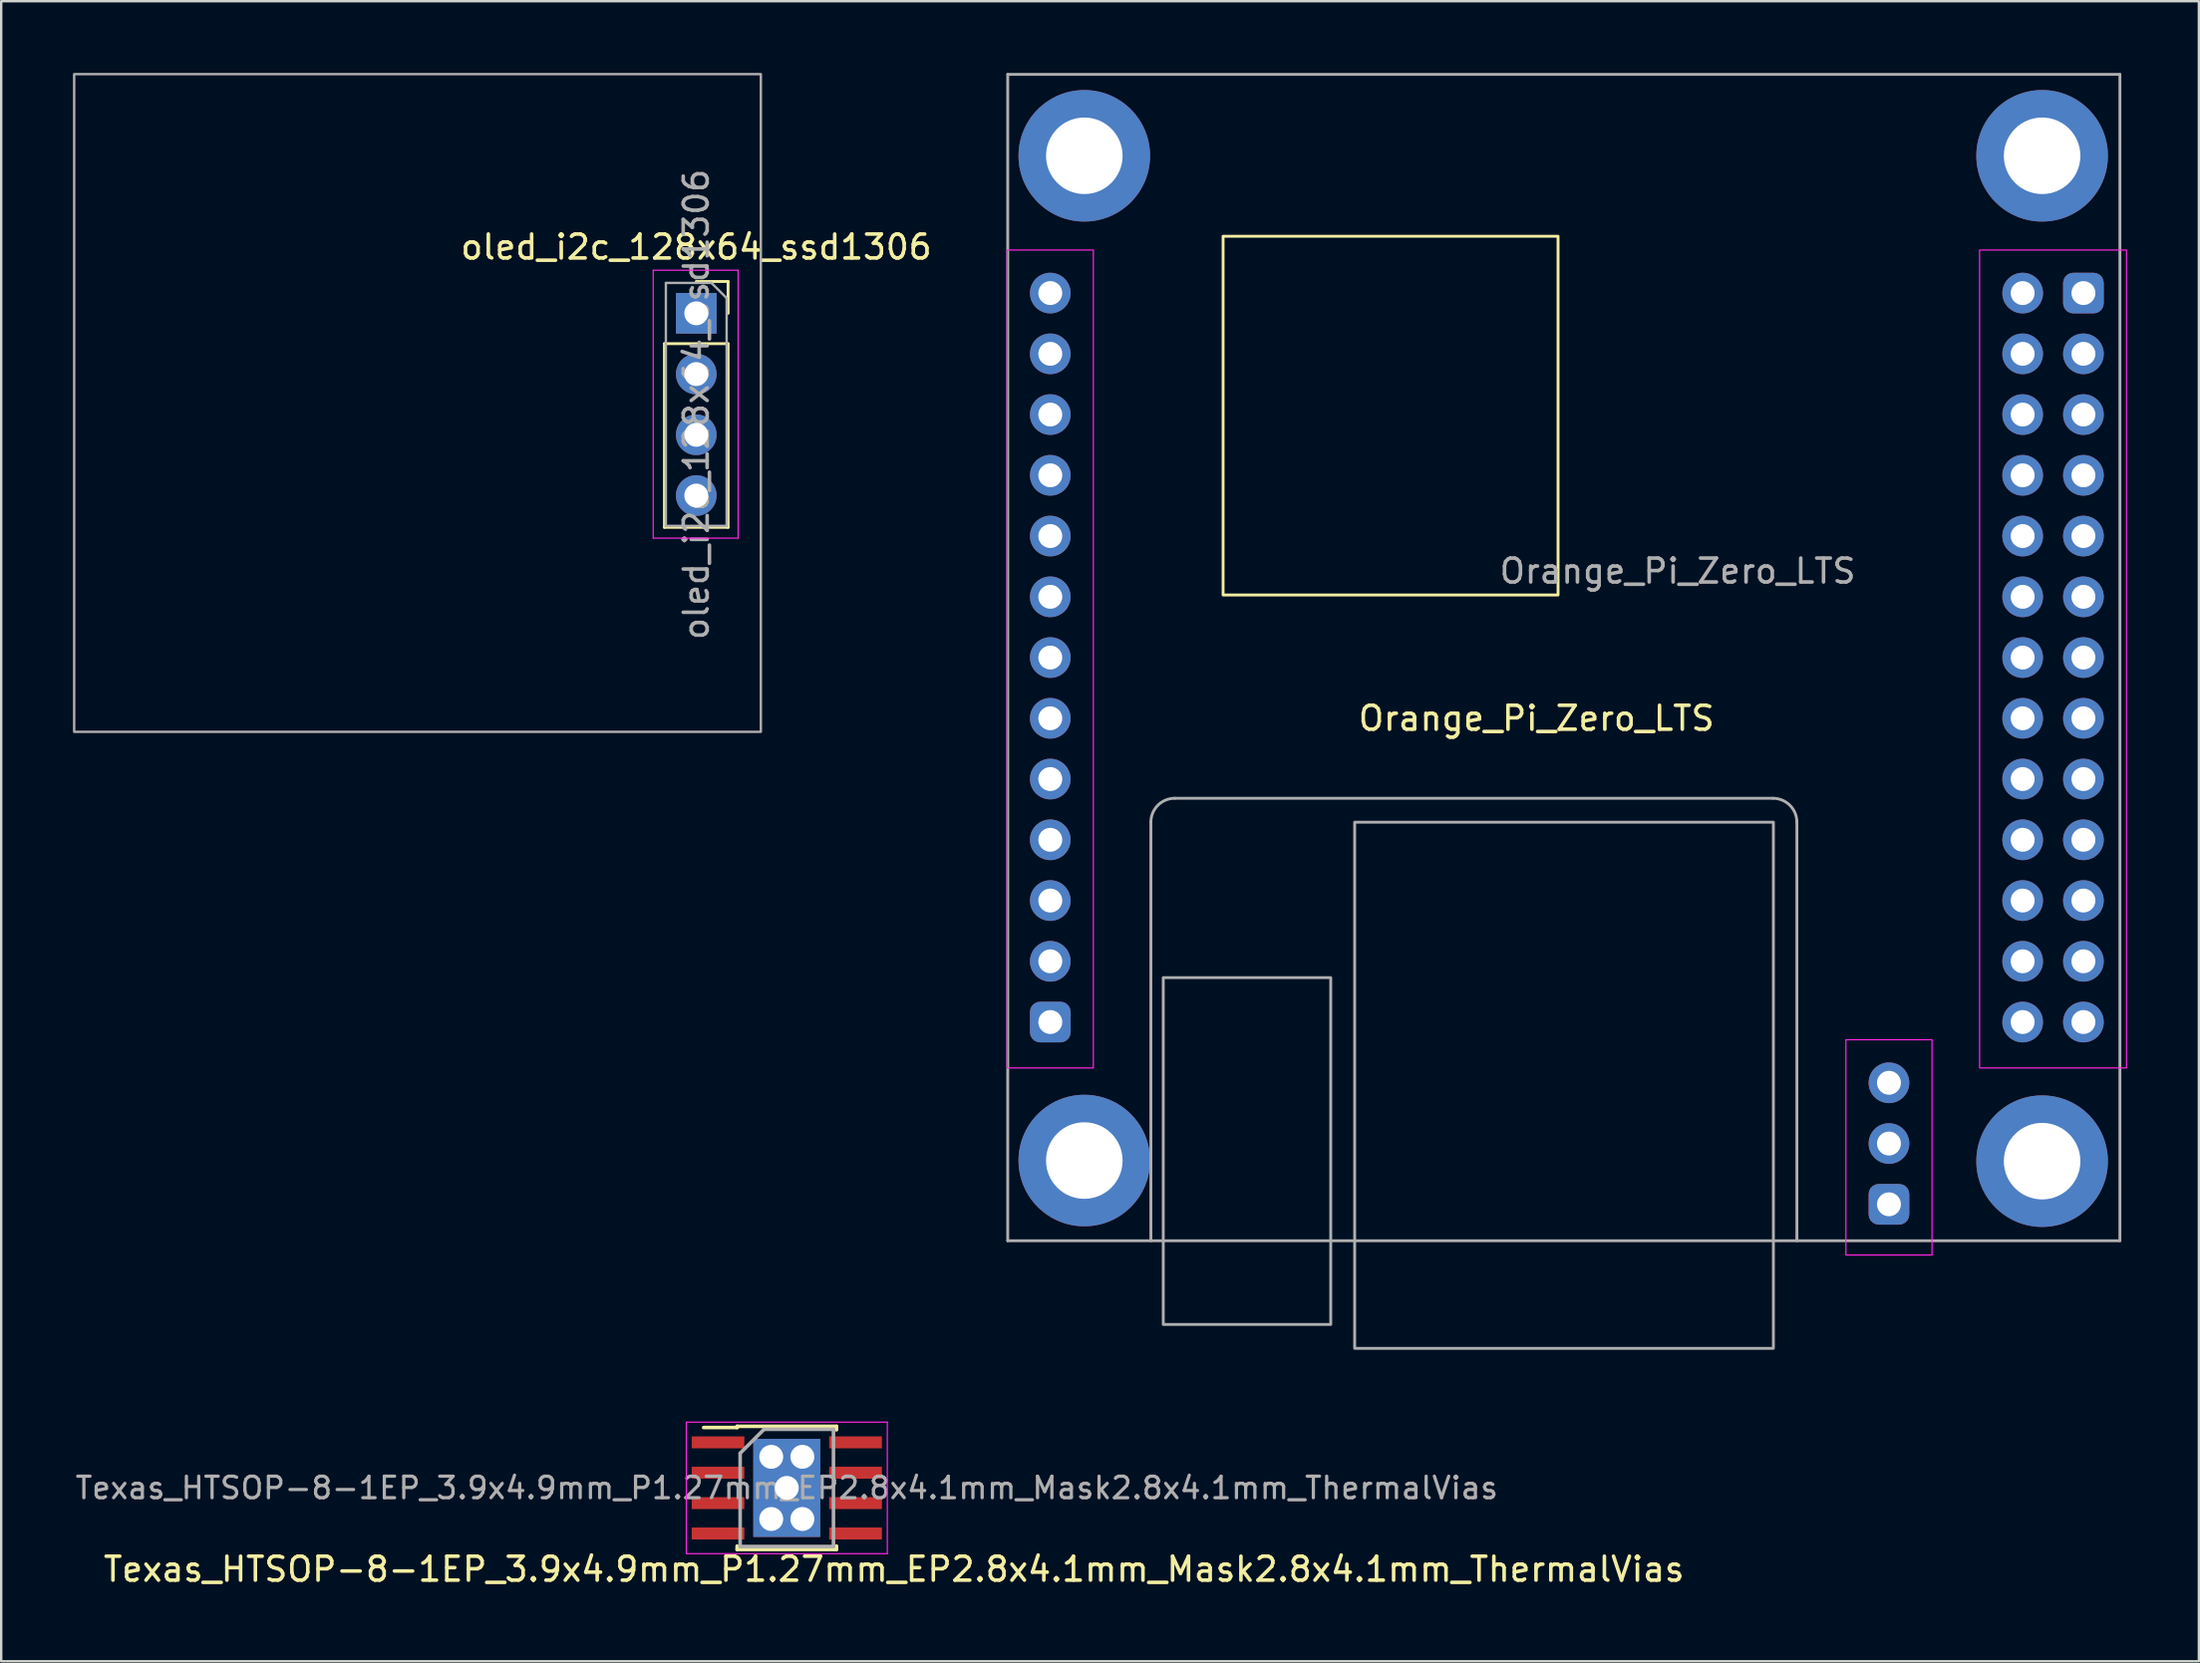
<source format=kicad_pcb>
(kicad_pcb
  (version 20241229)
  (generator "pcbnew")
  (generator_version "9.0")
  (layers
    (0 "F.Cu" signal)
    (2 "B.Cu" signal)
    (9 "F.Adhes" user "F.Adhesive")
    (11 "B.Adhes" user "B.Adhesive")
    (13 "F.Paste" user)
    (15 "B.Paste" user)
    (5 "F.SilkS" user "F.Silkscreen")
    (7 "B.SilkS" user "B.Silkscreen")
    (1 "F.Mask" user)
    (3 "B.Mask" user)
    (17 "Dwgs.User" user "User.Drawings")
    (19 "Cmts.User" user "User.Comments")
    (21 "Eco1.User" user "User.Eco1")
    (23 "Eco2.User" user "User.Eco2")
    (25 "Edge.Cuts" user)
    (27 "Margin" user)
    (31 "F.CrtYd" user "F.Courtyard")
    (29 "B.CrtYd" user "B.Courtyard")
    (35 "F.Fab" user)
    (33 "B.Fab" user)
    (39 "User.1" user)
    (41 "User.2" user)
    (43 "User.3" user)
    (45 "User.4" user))
  (footprint "Orange_Pi_Zero_LTS"
    (layer "F.Cu")
    (at 62.026 25.452)
    (property "Reference" "Orange_Pi_Zero_LTS" (at -0.86 1.532 0) (unlocked yes) (layer "F.SilkS") (effects (font (size 1 1) (thickness 0.15))))
    (attr through_hole)
    (fp_rect (start -13.958 -3.624) (end 0.042 -18.624) (stroke (width 0.12) (type solid)) (fill no) (layer "F.SilkS"))
    (fp_rect (start -19.38 -18.048) (end -22.98 16.152) (stroke (width 0.05) (type solid)) (fill no) (layer "F.CrtYd"))
    (fp_rect (start 15.672 14.972) (end 12.072 23.972) (stroke (width 0.05) (type solid)) (fill no) (layer "F.CrtYd"))
    (fp_rect (start 23.8 -18.048) (end 17.66 16.152) (stroke (width 0.05) (type solid)) (fill no) (layer "F.CrtYd"))
    (fp_line (start -22.958 -25.392) (end 23.524 -25.392) (stroke (width 0.12) (type solid)) (layer "F.Fab"))
    (fp_line (start -22.958 23.376) (end -22.958 -25.392) (stroke (width 0.12) (type solid)) (layer "F.Fab"))
    (fp_line (start -16.976 23.376) (end -16.976 5.876) (stroke (width 0.12) (type solid)) (layer "F.Fab"))
    (fp_line (start -15.976 4.876) (end 9.024 4.876) (stroke (width 0.12) (type solid)) (layer "F.Fab"))
    (fp_line (start 10.024 5.876) (end 10.024 23.376) (stroke (width 0.12) (type solid)) (layer "F.Fab"))
    (fp_line (start 23.524 -25.392) (end 23.524 23.376) (stroke (width 0.12) (type solid)) (layer "F.Fab"))
    (fp_line (start 23.524 23.376) (end -22.958 23.376) (stroke (width 0.12) (type solid)) (layer "F.Fab"))
    (fp_rect (start -16.458 26.876) (end -9.458 12.376) (stroke (width 0.12) (type solid)) (fill no) (layer "F.Fab"))
    (fp_rect (start -8.458 27.876) (end 9.042 5.876) (stroke (width 0.12) (type solid)) (fill no) (layer "F.Fab"))
    (fp_arc (start -16.976 5.876) (mid -16.683107 5.168893) (end -15.976 4.876) (stroke (width 0.12) (type solid)) (layer "F.Fab"))
    (fp_arc (start 9.024 4.876) (mid 9.731107 5.168893) (end 10.024 5.876) (stroke (width 0.12) (type solid)) (layer "F.Fab"))
    (fp_text user "${REFERENCE}" (at 5.042 -4.624 0) (unlocked yes) (layer "F.Fab") (effects (font (size 1 1) (thickness 0.15))))
    (pad "MP" thru_hole circle (at -19.758 -21.988 180) (size 5.5 5.5) (drill 3.2) (layers "*.Cu" "*.Mask"))
    (pad "MP" thru_hole circle (at -19.758 20.023 180) (size 5.5 5.5) (drill 3.2) (layers "*.Cu" "*.Mask"))
    (pad "MP" thru_hole circle (at 20.273 -21.988 180) (size 5.5 5.5) (drill 3.2) (layers "*.Cu" "*.Mask"))
    (pad "MP" thru_hole circle (at 20.273 20.049 180) (size 5.5 5.5) (drill 3.2) (layers "*.Cu" "*.Mask"))
    (pad "a1" thru_hole roundrect (at 22 -16.248 180) (size 1.7 1.7) (drill 1) (layers "*.Cu" "*.Mask") (roundrect_rratio 0.25))
    (pad "a2" thru_hole circle (at 19.46 -16.248 180) (size 1.7 1.7) (drill 1) (layers "*.Cu" "*.Mask"))
    (pad "a3" thru_hole circle (at 22 -13.708 180) (size 1.7 1.7) (drill 1) (layers "*.Cu" "*.Mask"))
    (pad "a4" thru_hole circle (at 19.46 -13.708 180) (size 1.7 1.7) (drill 1) (layers "*.Cu" "*.Mask"))
    (pad "a5" thru_hole circle (at 22 -11.168 180) (size 1.7 1.7) (drill 1) (layers "*.Cu" "*.Mask"))
    (pad "a6" thru_hole circle (at 19.46 -11.168 180) (size 1.7 1.7) (drill 1) (layers "*.Cu" "*.Mask"))
    (pad "a7" thru_hole circle (at 22 -8.628 180) (size 1.7 1.7) (drill 1) (layers "*.Cu" "*.Mask"))
    (pad "a8" thru_hole circle (at 19.46 -8.628 180) (size 1.7 1.7) (drill 1) (layers "*.Cu" "*.Mask"))
    (pad "a9" thru_hole circle (at 22 -6.088 180) (size 1.7 1.7) (drill 1) (layers "*.Cu" "*.Mask"))
    (pad "a10" thru_hole circle (at 19.46 -6.088 180) (size 1.7 1.7) (drill 1) (layers "*.Cu" "*.Mask"))
    (pad "a11" thru_hole circle (at 22 -3.548 180) (size 1.7 1.7) (drill 1) (layers "*.Cu" "*.Mask"))
    (pad "a12" thru_hole circle (at 19.46 -3.548 180) (size 1.7 1.7) (drill 1) (layers "*.Cu" "*.Mask"))
    (pad "a13" thru_hole circle (at 22 -1.008 180) (size 1.7 1.7) (drill 1) (layers "*.Cu" "*.Mask"))
    (pad "a14" thru_hole circle (at 19.46 -1.008 180) (size 1.7 1.7) (drill 1) (layers "*.Cu" "*.Mask"))
    (pad "a15" thru_hole circle (at 22 1.532 180) (size 1.7 1.7) (drill 1) (layers "*.Cu" "*.Mask"))
    (pad "a16" thru_hole circle (at 19.46 1.532 180) (size 1.7 1.7) (drill 1) (layers "*.Cu" "*.Mask"))
    (pad "a17" thru_hole circle (at 22 4.072 180) (size 1.7 1.7) (drill 1) (layers "*.Cu" "*.Mask"))
    (pad "a18" thru_hole circle (at 19.46 4.072 180) (size 1.7 1.7) (drill 1) (layers "*.Cu" "*.Mask"))
    (pad "a19" thru_hole circle (at 22 6.612 180) (size 1.7 1.7) (drill 1) (layers "*.Cu" "*.Mask"))
    (pad "a20" thru_hole circle (at 19.46 6.612 180) (size 1.7 1.7) (drill 1) (layers "*.Cu" "*.Mask"))
    (pad "a21" thru_hole circle (at 22 9.152 180) (size 1.7 1.7) (drill 1) (layers "*.Cu" "*.Mask"))
    (pad "a22" thru_hole circle (at 19.46 9.152 180) (size 1.7 1.7) (drill 1) (layers "*.Cu" "*.Mask"))
    (pad "a23" thru_hole circle (at 22 11.692 180) (size 1.7 1.7) (drill 1) (layers "*.Cu" "*.Mask"))
    (pad "a24" thru_hole circle (at 19.46 11.692 180) (size 1.7 1.7) (drill 1) (layers "*.Cu" "*.Mask"))
    (pad "a25" thru_hole circle (at 22 14.232 180) (size 1.7 1.7) (drill 1) (layers "*.Cu" "*.Mask"))
    (pad "a26" thru_hole circle (at 19.46 14.232 180) (size 1.7 1.7) (drill 1) (layers "*.Cu" "*.Mask"))
    (pad "b1" thru_hole roundrect (at -21.18 14.232 180) (size 1.7 1.7) (drill 1) (layers "*.Cu" "*.Mask") (roundrect_rratio 0.25))
    (pad "b2" thru_hole circle (at -21.18 11.692 180) (size 1.7 1.7) (drill 1) (layers "*.Cu" "*.Mask"))
    (pad "b3" thru_hole circle (at -21.18 9.152 180) (size 1.7 1.7) (drill 1) (layers "*.Cu" "*.Mask"))
    (pad "b4" thru_hole circle (at -21.18 6.612 180) (size 1.7 1.7) (drill 1) (layers "*.Cu" "*.Mask"))
    (pad "b5" thru_hole circle (at -21.18 4.072 180) (size 1.7 1.7) (drill 1) (layers "*.Cu" "*.Mask"))
    (pad "b6" thru_hole circle (at -21.18 1.532 180) (size 1.7 1.7) (drill 1) (layers "*.Cu" "*.Mask"))
    (pad "b7" thru_hole circle (at -21.18 -1.008 180) (size 1.7 1.7) (drill 1) (layers "*.Cu" "*.Mask"))
    (pad "b8" thru_hole circle (at -21.18 -3.548 180) (size 1.7 1.7) (drill 1) (layers "*.Cu" "*.Mask"))
    (pad "b9" thru_hole circle (at -21.18 -6.088 180) (size 1.7 1.7) (drill 1) (layers "*.Cu" "*.Mask"))
    (pad "b10" thru_hole circle (at -21.18 -8.628 180) (size 1.7 1.7) (drill 1) (layers "*.Cu" "*.Mask"))
    (pad "b11" thru_hole circle (at -21.18 -11.168 180) (size 1.7 1.7) (drill 1) (layers "*.Cu" "*.Mask"))
    (pad "b12" thru_hole circle (at -21.18 -13.708 180) (size 1.7 1.7) (drill 1) (layers "*.Cu" "*.Mask"))
    (pad "b13" thru_hole circle (at -21.18 -16.248 180) (size 1.7 1.7) (drill 1) (layers "*.Cu" "*.Mask"))
    (pad "c1" thru_hole roundrect (at 13.872 21.852 180) (size 1.7 1.7) (drill 1) (layers "*.Cu" "*.Mask") (roundrect_rratio 0.25))
    (pad "c2" thru_hole circle (at 13.872 19.312 180) (size 1.7 1.7) (drill 1) (layers "*.Cu" "*.Mask"))
    (pad "c3" thru_hole circle (at 13.872 16.772 180) (size 1.7 1.7) (drill 1) (layers "*.Cu" "*.Mask")))
  (footprint "oled_i2c_128x64_ssd1306"
    (layer "F.Cu")
    (at 26.05 10.05)
    (property "Reference" "oled_i2c_128x64_ssd1306" (at 0 -2.77 0) (layer "F.SilkS") (effects (font (size 1 1) (thickness 0.15))))
    (attr through_hole)
    (fp_line (start -1.33 1.27) (end -1.33 8.95) (stroke (width 0.12) (type solid)) (layer "F.SilkS"))
    (fp_line (start -1.33 1.27) (end 1.33 1.27) (stroke (width 0.12) (type solid)) (layer "F.SilkS"))
    (fp_line (start -1.33 8.95) (end 1.33 8.95) (stroke (width 0.12) (type solid)) (layer "F.SilkS"))
    (fp_line (start 0 -1.33) (end 1.33 -1.33) (stroke (width 0.12) (type solid)) (layer "F.SilkS"))
    (fp_line (start 1.33 -1.33) (end 1.33 0) (stroke (width 0.12) (type solid)) (layer "F.SilkS"))
    (fp_line (start 1.33 1.27) (end 1.33 8.95) (stroke (width 0.12) (type solid)) (layer "F.SilkS"))
    (fp_line (start -1.8 -1.8) (end 1.75 -1.8) (stroke (width 0.05) (type solid)) (layer "F.CrtYd"))
    (fp_line (start -1.8 9.4) (end -1.8 -1.8) (stroke (width 0.05) (type solid)) (layer "F.CrtYd"))
    (fp_line (start 1.75 -1.8) (end 1.75 9.4) (stroke (width 0.05) (type solid)) (layer "F.CrtYd"))
    (fp_line (start 1.75 9.4) (end -1.8 9.4) (stroke (width 0.05) (type solid)) (layer "F.CrtYd"))
    (fp_line (start -1.27 -1.27) (end 0.635 -1.27) (stroke (width 0.1) (type solid)) (layer "F.Fab"))
    (fp_line (start -1.27 8.89) (end -1.27 -1.27) (stroke (width 0.1) (type solid)) (layer "F.Fab"))
    (fp_line (start 0.635 -1.27) (end 1.27 -0.635) (stroke (width 0.1) (type solid)) (layer "F.Fab"))
    (fp_line (start 1.27 -0.635) (end 1.27 8.89) (stroke (width 0.1) (type solid)) (layer "F.Fab"))
    (fp_line (start 1.27 8.89) (end -1.27 8.89) (stroke (width 0.1) (type solid)) (layer "F.Fab"))
    (fp_rect (start -26 -10) (end 2.7 17.5) (stroke (width 0.1) (type solid)) (fill no) (layer "F.Fab"))
    (fp_text user "${REFERENCE}" (at 0 3.81 90) (layer "F.Fab") (effects (font (size 1 1) (thickness 0.15))))
    (pad "1" thru_hole rect (at 0 0) (size 1.7 1.7) (drill 1) (layers "*.Cu" "*.Mask"))
    (pad "2" thru_hole oval (at 0 2.54) (size 1.7 1.7) (drill 1) (layers "*.Cu" "*.Mask"))
    (pad "3" thru_hole oval (at 0 5.08) (size 1.7 1.7) (drill 1) (layers "*.Cu" "*.Mask"))
    (pad "4" thru_hole oval (at 0 7.62) (size 1.7 1.7) (drill 1) (layers "*.Cu" "*.Mask")))
  (footprint "Texas_HTSOP-8-1EP_3.9x4.9mm_P1.27mm_EP2.8x4.1mm_Mask2.8x4.1mm_ThermalVias"
    (layer "F.Cu")
    (at 29.834 59.163)
    (property "Reference" "Texas_HTSOP-8-1EP_3.9x4.9mm_P1.27mm_EP2.8x4.1mm_Mask2.8x4.1mm_ThermalVias" (at 4.48 3.4 0) (layer "F.SilkS") (effects (font (size 1 1) (thickness 0.15))))
    (attr smd)
    (fp_line (start -2.075 -2.575) (end -2.075 -2.525) (stroke (width 0.15) (type solid)) (layer "F.SilkS"))
    (fp_line (start -2.075 -2.575) (end 2.075 -2.575) (stroke (width 0.15) (type solid)) (layer "F.SilkS"))
    (fp_line (start -2.075 -2.525) (end -3.475 -2.525) (stroke (width 0.15) (type solid)) (layer "F.SilkS"))
    (fp_line (start -2.075 2.575) (end -2.075 2.43) (stroke (width 0.15) (type solid)) (layer "F.SilkS"))
    (fp_line (start -2.075 2.575) (end 2.075 2.575) (stroke (width 0.15) (type solid)) (layer "F.SilkS"))
    (fp_line (start 2.075 -2.575) (end 2.075 -2.43) (stroke (width 0.15) (type solid)) (layer "F.SilkS"))
    (fp_line (start 2.075 2.575) (end 2.075 2.43) (stroke (width 0.15) (type solid)) (layer "F.SilkS"))
    (fp_line (start -4.2 -2.75) (end -4.2 2.75) (stroke (width 0.05) (type solid)) (layer "F.CrtYd"))
    (fp_line (start -4.2 -2.75) (end 4.2 -2.75) (stroke (width 0.05) (type solid)) (layer "F.CrtYd"))
    (fp_line (start -4.2 2.75) (end 4.2 2.75) (stroke (width 0.05) (type solid)) (layer "F.CrtYd"))
    (fp_line (start 4.2 -2.75) (end 4.2 2.75) (stroke (width 0.05) (type solid)) (layer "F.CrtYd"))
    (fp_line (start -1.95 -1.45) (end -0.95 -2.45) (stroke (width 0.15) (type solid)) (layer "F.Fab"))
    (fp_line (start -1.95 2.45) (end -1.95 -1.45) (stroke (width 0.15) (type solid)) (layer "F.Fab"))
    (fp_line (start -0.95 -2.45) (end 1.95 -2.45) (stroke (width 0.15) (type solid)) (layer "F.Fab"))
    (fp_line (start 1.95 -2.45) (end 1.95 2.45) (stroke (width 0.15) (type solid)) (layer "F.Fab"))
    (fp_line (start 1.95 2.45) (end -1.95 2.45) (stroke (width 0.15) (type solid)) (layer "F.Fab"))
    (fp_text user "${REFERENCE}" (at 0 0 180) (layer "F.Fab") (effects (font (size 0.9 0.9) (thickness 0.135))))
    (pad "" smd rect (at 0 0) (size 2.4 3.1) (layers "F.Paste"))
    (pad "" smd rect (at 0 0) (size 2.75 4.05) (layers "*.Mask"))
    (pad "1" smd rect (at -2.875 -1.905) (size 2.2 0.5) (layers "F.Cu" "F.Mask" "F.Paste"))
    (pad "2" smd rect (at -2.875 -0.635) (size 2.2 0.5) (layers "F.Cu" "F.Mask" "F.Paste"))
    (pad "3" smd rect (at -2.875 0.635) (size 2.2 0.5) (layers "F.Cu" "F.Mask" "F.Paste"))
    (pad "4" smd rect (at -2.875 1.905) (size 2.2 0.5) (layers "F.Cu" "F.Mask" "F.Paste"))
    (pad "5" smd rect (at 2.875 1.905) (size 2.2 0.5) (layers "F.Cu" "F.Mask" "F.Paste"))
    (pad "6" smd rect (at 2.875 0.635) (size 2.2 0.5) (layers "F.Cu" "F.Mask" "F.Paste"))
    (pad "7" smd rect (at 2.875 -0.635) (size 2.2 0.5) (layers "F.Cu" "F.Mask" "F.Paste"))
    (pad "8" smd rect (at 2.875 -1.905) (size 2.2 0.5) (layers "F.Cu" "F.Mask" "F.Paste"))
    (pad "9" thru_hole circle (at -0.65 -1.3) (size 1.4 1.4) (drill 1) (layers "*.Cu" "*.Mask"))
    (pad "9" thru_hole circle (at -0.65 1.3) (size 1.4 1.4) (drill 1) (layers "*.Cu" "*.Mask"))
    (pad "9" smd rect (at 0 0) (size 2.6 3.3) (layers "B.Cu"))
    (pad "9" thru_hole rect (at 0 0) (size 2.8 4.1) (drill 1) (layers "*.Cu" "*.Mask"))
    (pad "9" thru_hole circle (at 0.65 -1.3) (size 1.4 1.4) (drill 1) (layers "*.Cu" "*.Mask"))
    (pad "9" thru_hole circle (at 0.65 1.3) (size 1.4 1.4) (drill 1) (layers "*.Cu" "*.Mask")))
  (gr_rect
    (start -3 -3)
    (end 88.851 66.411)
    (stroke (width 0.1) (type default))
    (fill no)
    (layer "Edge.Cuts")))
</source>
